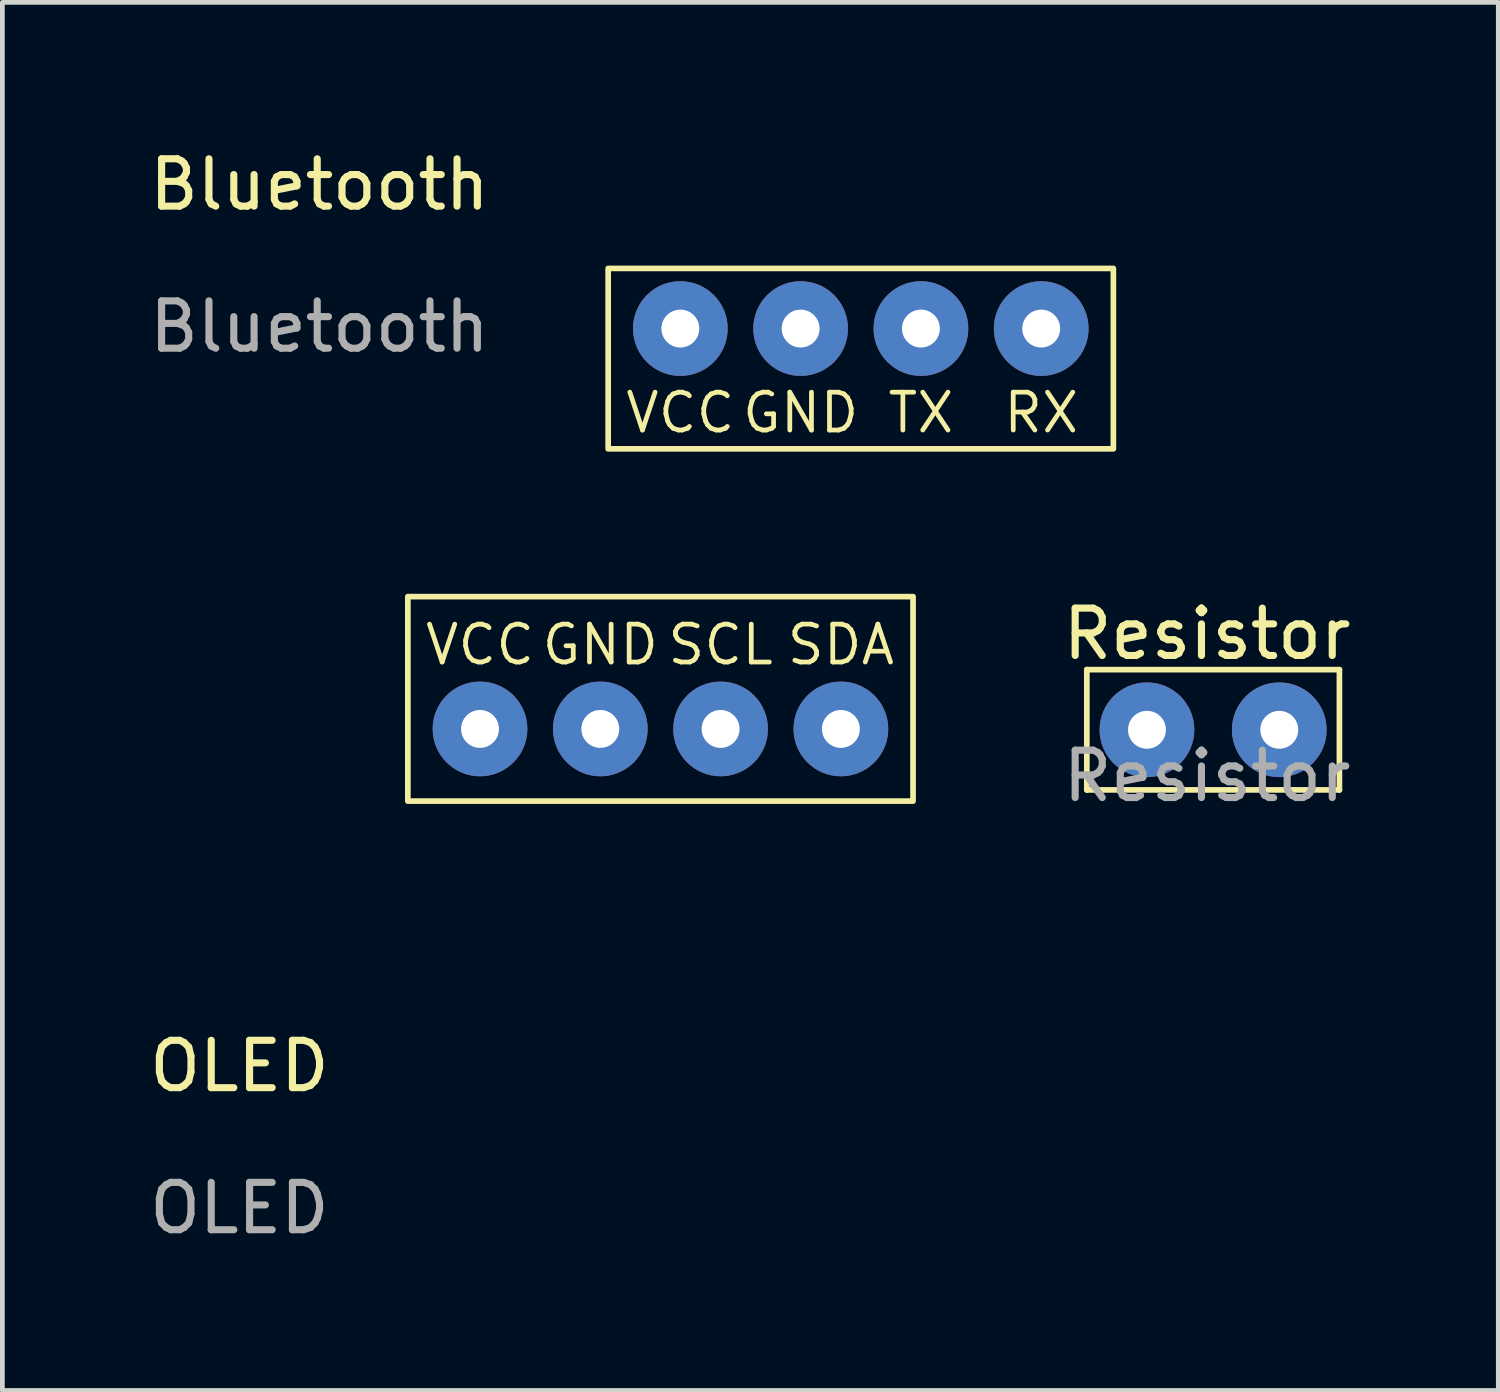
<source format=kicad_pcb>
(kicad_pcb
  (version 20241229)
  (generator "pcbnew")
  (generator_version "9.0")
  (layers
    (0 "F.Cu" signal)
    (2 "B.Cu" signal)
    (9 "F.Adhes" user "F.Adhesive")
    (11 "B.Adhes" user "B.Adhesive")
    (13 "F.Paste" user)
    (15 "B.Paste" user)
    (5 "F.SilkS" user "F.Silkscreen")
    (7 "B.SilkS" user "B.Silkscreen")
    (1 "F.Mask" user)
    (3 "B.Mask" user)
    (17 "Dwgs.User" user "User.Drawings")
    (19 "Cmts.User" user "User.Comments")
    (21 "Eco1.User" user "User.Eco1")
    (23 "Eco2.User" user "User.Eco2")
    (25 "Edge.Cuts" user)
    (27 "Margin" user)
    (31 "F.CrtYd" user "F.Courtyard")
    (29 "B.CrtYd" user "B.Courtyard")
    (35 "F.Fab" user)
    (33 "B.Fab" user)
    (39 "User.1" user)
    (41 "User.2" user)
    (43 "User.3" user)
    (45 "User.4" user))
  (footprint "OLED"
    (layer "F.Cu")
    (at 2.006 19.962)
    (property "Reference" "OLED" (at 0 -0.5 0) (unlocked yes) (layer "F.SilkS") (effects (font (size 1 1) (thickness 0.15))))
    (attr through_hole)
    (fp_rect (start 14.224 -6.096) (end 3.556 -10.414) (stroke (width 0.12) (type solid)) (fill no) (layer "F.SilkS"))
    (fp_text user "VCC" (at 5.08 -9.398 0) (unlocked yes) (layer "F.SilkS") (effects (font (size 0.8 0.8) (thickness 0.1))))
    (fp_text user "GND" (at 7.62 -9.398 0) (unlocked yes) (layer "F.SilkS") (effects (font (size 0.8 0.8) (thickness 0.1))))
    (fp_text user "SDA" (at 12.7 -9.398 0) (unlocked yes) (layer "F.SilkS") (effects (font (size 0.8 0.8) (thickness 0.1))))
    (fp_text user "SCL" (at 10.16 -9.398 0) (unlocked yes) (layer "F.SilkS") (effects (font (size 0.8 0.8) (thickness 0.1))))
    (fp_text user "${REFERENCE}" (at 0 2.5 0) (unlocked yes) (layer "F.Fab") (effects (font (size 1 1) (thickness 0.15))))
    (pad "1" thru_hole circle (at 5.08 -7.62) (size 2 2) (drill 0.8) (layers "*.Cu" "*.Mask"))
    (pad "2" thru_hole circle (at 7.62 -7.62) (size 2 2) (drill 0.8) (layers "*.Cu" "*.Mask"))
    (pad "3" thru_hole circle (at 10.16 -7.62) (size 2 2) (drill 0.8) (layers "*.Cu" "*.Mask"))
    (pad "4" thru_hole circle (at 12.7 -7.62) (size 2 2) (drill 0.8) (layers "*.Cu" "*.Mask")))
  (footprint "Bluetooth"
    (layer "F.Cu")
    (at 3.696 1.348)
    (property "Reference" "Bluetooth" (at 0 -0.5 0) (unlocked yes) (layer "F.SilkS") (effects (font (size 1 1) (thickness 0.15))))
    (attr through_hole)
    (fp_rect (start 6.096 1.27) (end 16.764 5.08) (stroke (width 0.12) (type solid)) (fill no) (layer "F.SilkS"))
    (fp_text user "GND" (at 10.16 4.318 0) (unlocked yes) (layer "F.SilkS") (effects (font (size 0.8 0.8) (thickness 0.1))))
    (fp_text user "RX" (at 15.24 4.318 0) (unlocked yes) (layer "F.SilkS") (effects (font (size 0.8 0.8) (thickness 0.1))))
    (fp_text user "TX" (at 12.7 4.318 0) (unlocked yes) (layer "F.SilkS") (effects (font (size 0.8 0.8) (thickness 0.1))))
    (fp_text user "VCC" (at 7.62 4.318 0) (unlocked yes) (layer "F.SilkS") (effects (font (size 0.8 0.8) (thickness 0.1))))
    (fp_text user "${REFERENCE}" (at 0 2.5 0) (unlocked yes) (layer "F.Fab") (effects (font (size 1 1) (thickness 0.15))))
    (pad "1" thru_hole circle (at 7.62 2.54) (size 2 2) (drill 0.8) (layers "*.Cu" "*.Mask"))
    (pad "1" thru_hole circle (at 10.16 2.54) (size 2 2) (drill 0.8) (layers "*.Cu" "*.Mask"))
    (pad "1" thru_hole circle (at 12.7 2.54) (size 2 2) (drill 0.8) (layers "*.Cu" "*.Mask"))
    (pad "1" thru_hole circle (at 15.24 2.54) (size 2 2) (drill 0.8) (layers "*.Cu" "*.Mask")))
  (footprint "Resistor"
    (layer "F.Cu")
    (at 22.439 10.836)
    (property "Reference" "Resistor" (at 0 -0.5 0) (unlocked yes) (layer "F.SilkS") (effects (font (size 1 1) (thickness 0.15))))
    (attr through_hole)
    (fp_line (start -2.54 0.254) (end 2.794 0.254) (stroke (width 0.12) (type solid)) (layer "F.SilkS"))
    (fp_line (start -2.54 2.794) (end -2.54 0.254) (stroke (width 0.12) (type solid)) (layer "F.SilkS"))
    (fp_line (start 2.794 0.254) (end 2.794 2.794) (stroke (width 0.12) (type solid)) (layer "F.SilkS"))
    (fp_line (start 2.794 2.794) (end -2.54 2.794) (stroke (width 0.12) (type solid)) (layer "F.SilkS"))
    (fp_text user "${REFERENCE}" (at 0 2.5 0) (unlocked yes) (layer "F.Fab") (effects (font (size 1 1) (thickness 0.15))))
    (pad "1" thru_hole circle (at -1.27 1.524) (size 2 2) (drill 0.8) (layers "*.Cu" "*.Mask"))
    (pad "2" thru_hole circle (at 1.524 1.524) (size 2 2) (drill 0.8) (layers "*.Cu" "*.Mask")))
  (gr_rect
    (start -3 -3)
    (end 28.588 26.311)
    (stroke (width 0.1) (type default))
    (fill no)
    (layer "Edge.Cuts")))
</source>
